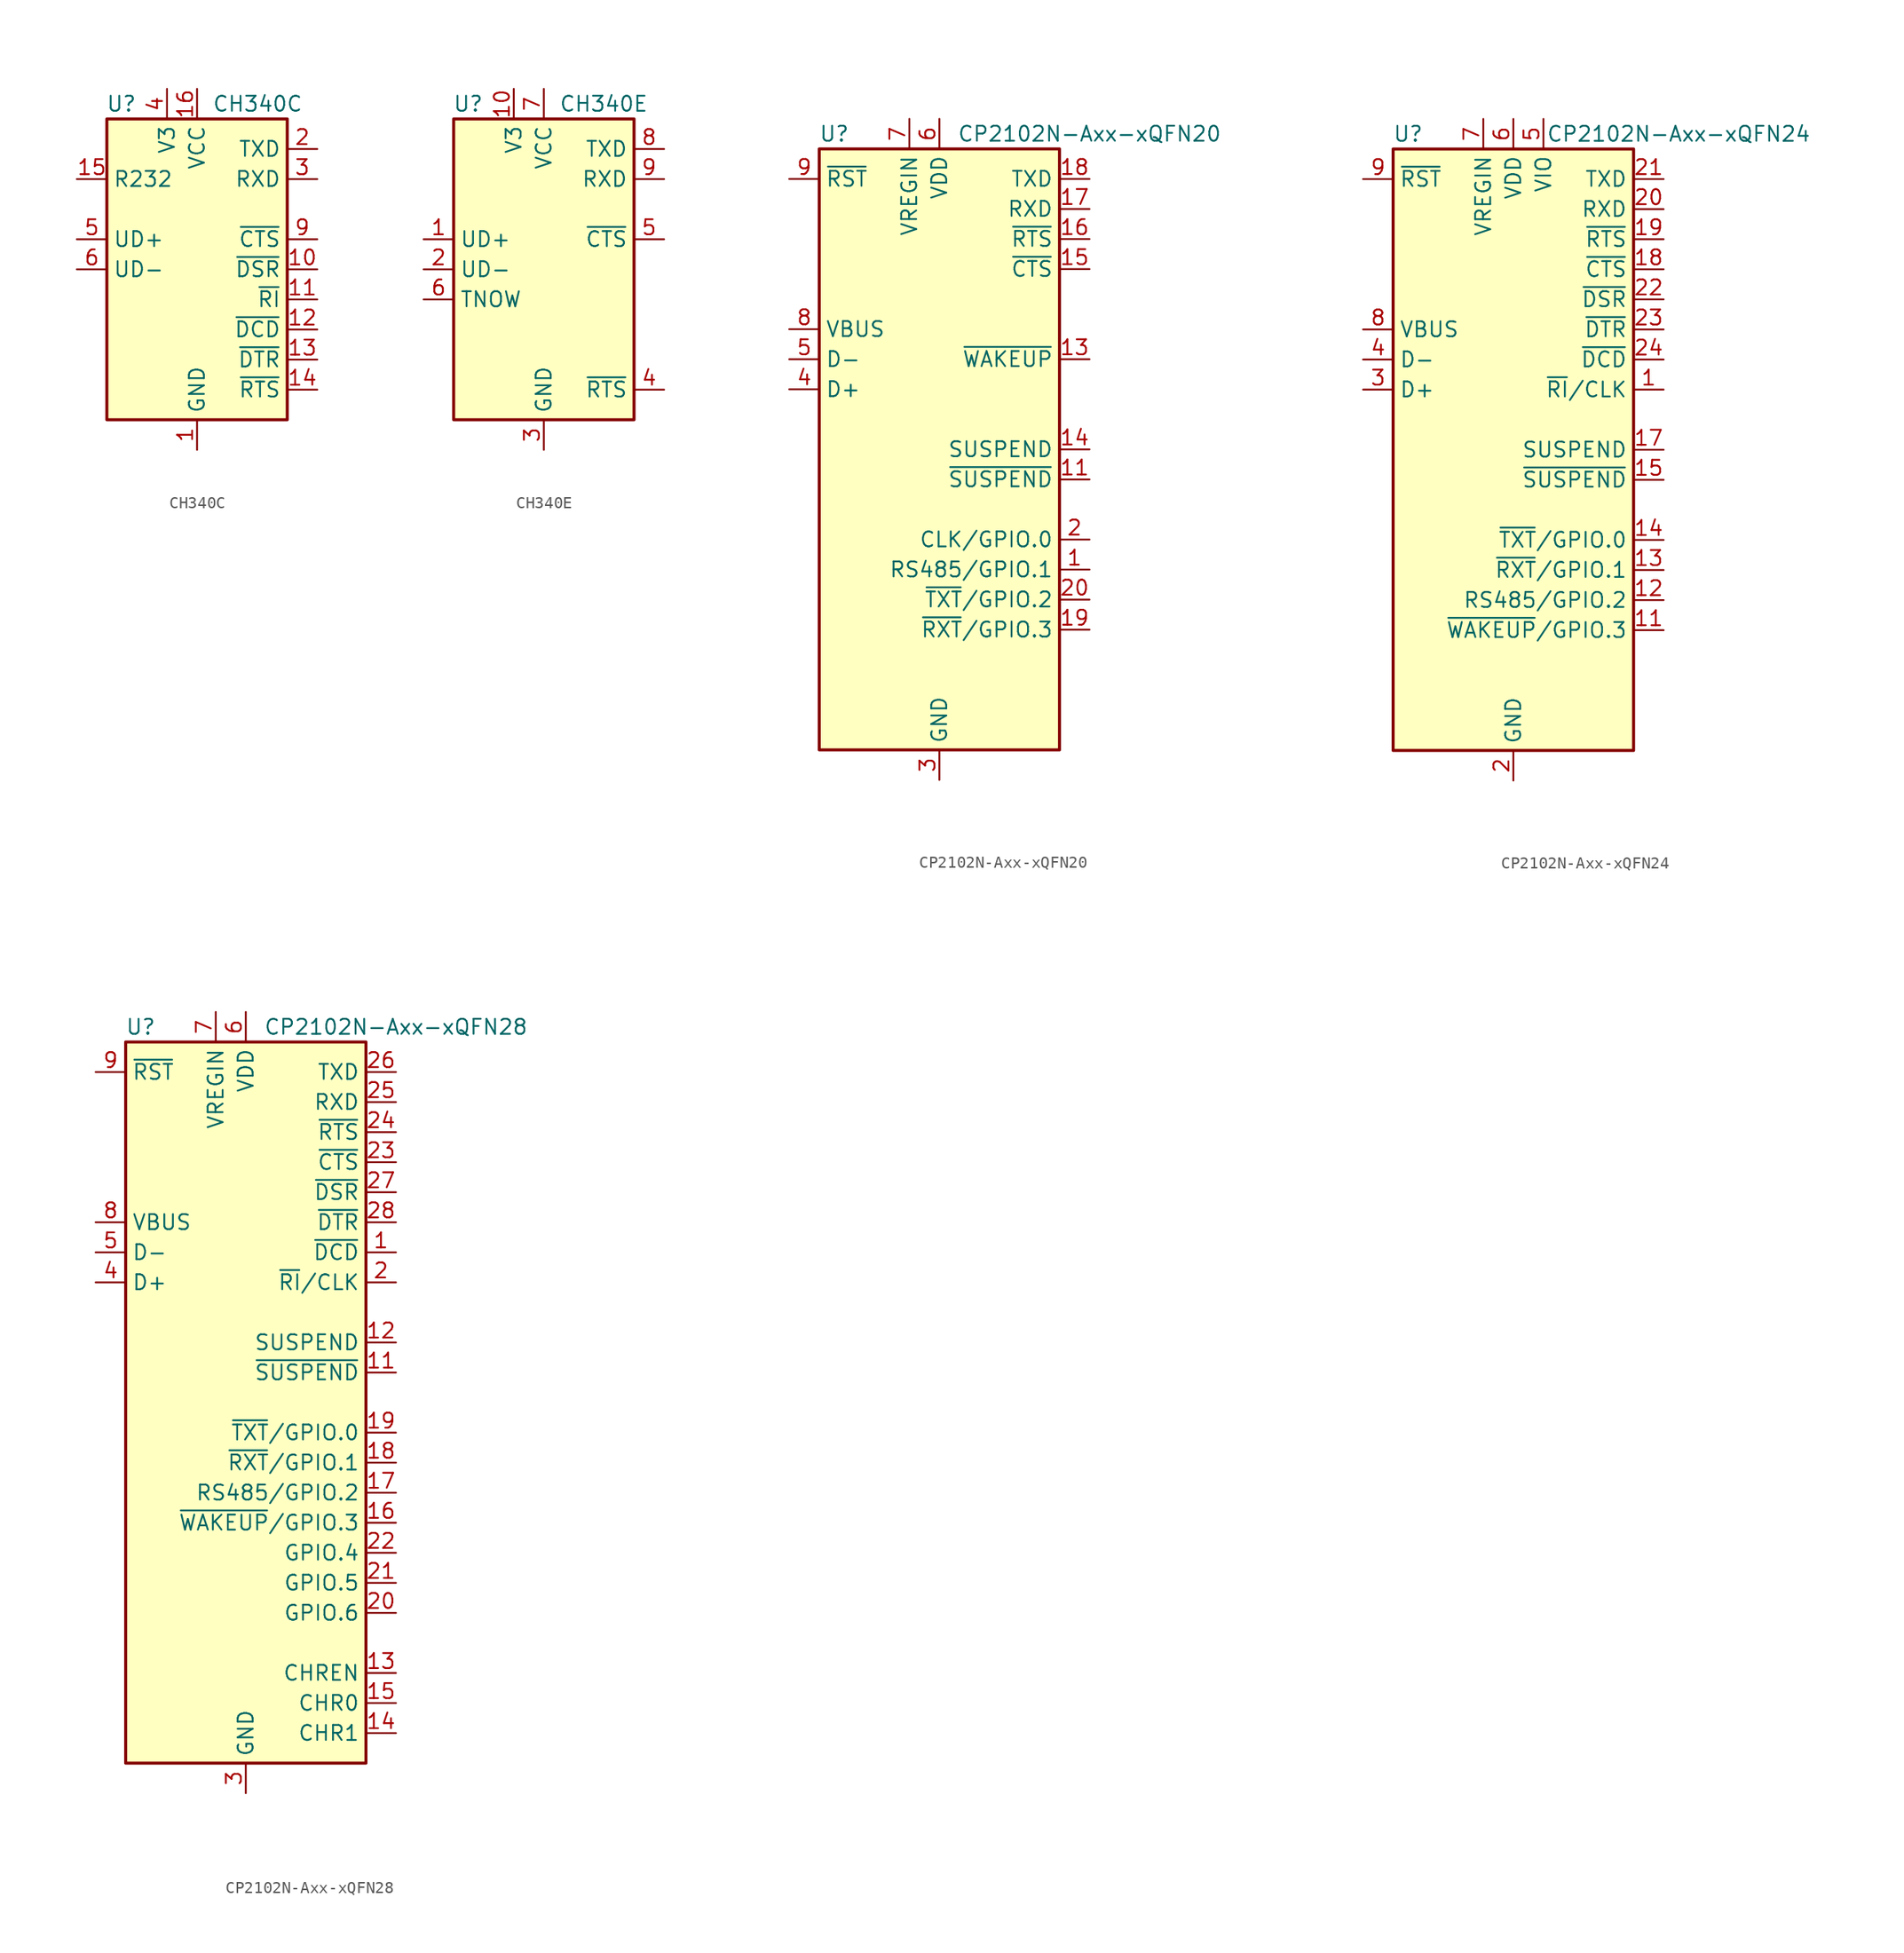
<source format=kicad_sym>
(kicad_symbol_lib
  (version 20201005)
  (generator kicad_symbol_editor)
  (symbol "CH340C"
    (property "Reference" "U"
      (at -5.08 13.97 0)
      (effects (font (size 1.27 1.27)) (justify right)))
    (property "Value" "CH340C"
      (at 1.27 13.97 0)
      (effects (font (size 1.27 1.27)) (justify left)))
    (symbol "CH340C_0_1"
      (rectangle (start -7.62 12.7) (end 7.62 -12.7) (stroke (width 0.254)) (fill (type background))))
    (symbol "CH340C_1_1"
      (pin power_in line (at 0 -15.24 90) (length 2.54) (name "GND" (effects (font (size 1.27 1.27)))) (number "1" (effects (font (size 1.27 1.27)))))
      (pin input line (at 10.16 0 180) (length 2.54) (name "~DSR" (effects (font (size 1.27 1.27)))) (number "10" (effects (font (size 1.27 1.27)))))
      (pin input line (at 10.16 -2.54 180) (length 2.54) (name "~RI" (effects (font (size 1.27 1.27)))) (number "11" (effects (font (size 1.27 1.27)))))
      (pin input line (at 10.16 -5.08 180) (length 2.54) (name "~DCD" (effects (font (size 1.27 1.27)))) (number "12" (effects (font (size 1.27 1.27)))))
      (pin output line (at 10.16 -7.62 180) (length 2.54) (name "~DTR" (effects (font (size 1.27 1.27)))) (number "13" (effects (font (size 1.27 1.27)))))
      (pin output line (at 10.16 -10.16 180) (length 2.54) (name "~RTS" (effects (font (size 1.27 1.27)))) (number "14" (effects (font (size 1.27 1.27)))))
      (pin input line (at -10.16 7.62 0) (length 2.54) (name "R232" (effects (font (size 1.27 1.27)))) (number "15" (effects (font (size 1.27 1.27)))))
      (pin power_in line (at 0 15.24 270) (length 2.54) (name "VCC" (effects (font (size 1.27 1.27)))) (number "16" (effects (font (size 1.27 1.27)))))
      (pin output line (at 10.16 10.16 180) (length 2.54) (name "TXD" (effects (font (size 1.27 1.27)))) (number "2" (effects (font (size 1.27 1.27)))))
      (pin input line (at 10.16 7.62 180) (length 2.54) (name "RXD" (effects (font (size 1.27 1.27)))) (number "3" (effects (font (size 1.27 1.27)))))
      (pin passive line (at -2.54 15.24 270) (length 2.54) (name "V3" (effects (font (size 1.27 1.27)))) (number "4" (effects (font (size 1.27 1.27)))))
      (pin bidirectional line (at -10.16 2.54 0) (length 2.54) (name "UD+" (effects (font (size 1.27 1.27)))) (number "5" (effects (font (size 1.27 1.27)))))
      (pin bidirectional line (at -10.16 0 0) (length 2.54) (name "UD-" (effects (font (size 1.27 1.27)))) (number "6" (effects (font (size 1.27 1.27)))))
      (pin no_connect line (at -7.62 -7.62 0) (length 2.54) hide (name "NC" (effects (font (size 1.27 1.27)))) (number "7" (effects (font (size 1.27 1.27)))))
      (pin no_connect line (at -7.62 -10.16 0) (length 2.54) hide (name "NC" (effects (font (size 1.27 1.27)))) (number "8" (effects (font (size 1.27 1.27)))))
      (pin input line (at 10.16 2.54 180) (length 2.54) (name "~CTS" (effects (font (size 1.27 1.27)))) (number "9" (effects (font (size 1.27 1.27)))))))
  (symbol "CH340E"
    (property "Reference" "U"
      (at -5.08 13.97 0)
      (effects (font (size 1.27 1.27)) (justify right)))
    (property "Value" "CH340E"
      (at 1.27 13.97 0)
      (effects (font (size 1.27 1.27)) (justify left)))
    (symbol "CH340E_0_1"
      (rectangle (start -7.62 12.7) (end 7.62 -12.7) (stroke (width 0.254)) (fill (type background))))
    (symbol "CH340E_1_1"
      (pin bidirectional line (at -10.16 2.54 0) (length 2.54) (name "UD+" (effects (font (size 1.27 1.27)))) (number "1" (effects (font (size 1.27 1.27)))))
      (pin passive line (at -2.54 15.24 270) (length 2.54) (name "V3" (effects (font (size 1.27 1.27)))) (number "10" (effects (font (size 1.27 1.27)))))
      (pin bidirectional line (at -10.16 0 0) (length 2.54) (name "UD-" (effects (font (size 1.27 1.27)))) (number "2" (effects (font (size 1.27 1.27)))))
      (pin power_in line (at 0 -15.24 90) (length 2.54) (name "GND" (effects (font (size 1.27 1.27)))) (number "3" (effects (font (size 1.27 1.27)))))
      (pin output line (at 10.16 -10.16 180) (length 2.54) (name "~RTS" (effects (font (size 1.27 1.27)))) (number "4" (effects (font (size 1.27 1.27)))))
      (pin input line (at 10.16 2.54 180) (length 2.54) (name "~CTS" (effects (font (size 1.27 1.27)))) (number "5" (effects (font (size 1.27 1.27)))))
      (pin output line (at -10.16 -2.54 0) (length 2.54) (name "TNOW" (effects (font (size 1.27 1.27)))) (number "6" (effects (font (size 1.27 1.27)))))
      (pin power_in line (at 0 15.24 270) (length 2.54) (name "VCC" (effects (font (size 1.27 1.27)))) (number "7" (effects (font (size 1.27 1.27)))))
      (pin output line (at 10.16 10.16 180) (length 2.54) (name "TXD" (effects (font (size 1.27 1.27)))) (number "8" (effects (font (size 1.27 1.27)))))
      (pin input line (at 10.16 7.62 180) (length 2.54) (name "RXD" (effects (font (size 1.27 1.27)))) (number "9" (effects (font (size 1.27 1.27)))))))
  (symbol "CP2102N-Axx-xQFN20"
    (property "Reference" "U"
      (at -8.89 26.67 0)
      (effects (font (size 1.27 1.27))))
    (property "Value" "CP2102N-Axx-xQFN20"
      (at 12.7 26.67 0)
      (effects (font (size 1.27 1.27))))
    (symbol "CP2102N-Axx-xQFN20_0_1"
      (rectangle (start -10.16 25.4) (end 10.16 -25.4) (stroke (width 0.254)) (fill (type background))))
    (symbol "CP2102N-Axx-xQFN20_1_1"
      (pin bidirectional line (at 12.7 -10.16 180) (length 2.54) (name "RS485/GPIO.1" (effects (font (size 1.27 1.27)))) (number "1" (effects (font (size 1.27 1.27)))))
      (pin no_connect line (at -10.16 -22.86 0) (length 2.54) hide (name "NC" (effects (font (size 1.27 1.27)))) (number "10" (effects (font (size 1.27 1.27)))))
      (pin output line (at 12.7 -2.54 180) (length 2.54) (name "~SUSPEND" (effects (font (size 1.27 1.27)))) (number "11" (effects (font (size 1.27 1.27)))))
      (pin passive line (at 0 -27.94 90) (length 2.54) hide (name "GND" (effects (font (size 1.27 1.27)))) (number "12" (effects (font (size 1.27 1.27)))))
      (pin input line (at 12.7 7.62 180) (length 2.54) (name "~WAKEUP" (effects (font (size 1.27 1.27)))) (number "13" (effects (font (size 1.27 1.27)))))
      (pin output line (at 12.7 0 180) (length 2.54) (name "SUSPEND" (effects (font (size 1.27 1.27)))) (number "14" (effects (font (size 1.27 1.27)))))
      (pin input line (at 12.7 15.24 180) (length 2.54) (name "~CTS" (effects (font (size 1.27 1.27)))) (number "15" (effects (font (size 1.27 1.27)))))
      (pin output line (at 12.7 17.78 180) (length 2.54) (name "~RTS" (effects (font (size 1.27 1.27)))) (number "16" (effects (font (size 1.27 1.27)))))
      (pin input line (at 12.7 20.32 180) (length 2.54) (name "RXD" (effects (font (size 1.27 1.27)))) (number "17" (effects (font (size 1.27 1.27)))))
      (pin output line (at 12.7 22.86 180) (length 2.54) (name "TXD" (effects (font (size 1.27 1.27)))) (number "18" (effects (font (size 1.27 1.27)))))
      (pin bidirectional line (at 12.7 -15.24 180) (length 2.54) (name "~RXT~/GPIO.3" (effects (font (size 1.27 1.27)))) (number "19" (effects (font (size 1.27 1.27)))))
      (pin bidirectional line (at 12.7 -7.62 180) (length 2.54) (name "CLK/GPIO.0" (effects (font (size 1.27 1.27)))) (number "2" (effects (font (size 1.27 1.27)))))
      (pin bidirectional line (at 12.7 -12.7 180) (length 2.54) (name "~TXT~/GPIO.2" (effects (font (size 1.27 1.27)))) (number "20" (effects (font (size 1.27 1.27)))))
      (pin passive line (at 0 -27.94 90) (length 2.54) hide (name "GND" (effects (font (size 1.27 1.27)))) (number "21" (effects (font (size 1.27 1.27)))))
      (pin power_in line (at 0 -27.94 90) (length 2.54) (name "GND" (effects (font (size 1.27 1.27)))) (number "3" (effects (font (size 1.27 1.27)))))
      (pin bidirectional line (at -12.7 5.08 0) (length 2.54) (name "D+" (effects (font (size 1.27 1.27)))) (number "4" (effects (font (size 1.27 1.27)))))
      (pin bidirectional line (at -12.7 7.62 0) (length 2.54) (name "D-" (effects (font (size 1.27 1.27)))) (number "5" (effects (font (size 1.27 1.27)))))
      (pin power_in line (at 0 27.94 270) (length 2.54) (name "VDD" (effects (font (size 1.27 1.27)))) (number "6" (effects (font (size 1.27 1.27)))))
      (pin power_in line (at -2.54 27.94 270) (length 2.54) (name "VREGIN" (effects (font (size 1.27 1.27)))) (number "7" (effects (font (size 1.27 1.27)))))
      (pin input line (at -12.7 10.16 0) (length 2.54) (name "VBUS" (effects (font (size 1.27 1.27)))) (number "8" (effects (font (size 1.27 1.27)))))
      (pin input line (at -12.7 22.86 0) (length 2.54) (name "~RST" (effects (font (size 1.27 1.27)))) (number "9" (effects (font (size 1.27 1.27)))))))
  (symbol "CP2102N-Axx-xQFN24"
    (property "Reference" "U"
      (at -8.89 26.67 0)
      (effects (font (size 1.27 1.27))))
    (property "Value" "CP2102N-Axx-xQFN24"
      (at 13.97 26.67 0)
      (effects (font (size 1.27 1.27))))
    (symbol "CP2102N-Axx-xQFN24_0_1"
      (rectangle (start -10.16 25.4) (end 10.16 -25.4) (stroke (width 0.254)) (fill (type background))))
    (symbol "CP2102N-Axx-xQFN24_1_1"
      (pin bidirectional line (at 12.7 5.08 180) (length 2.54) (name "~RI~/CLK" (effects (font (size 1.27 1.27)))) (number "1" (effects (font (size 1.27 1.27)))))
      (pin no_connect line (at -10.16 -22.86 0) (length 2.54) hide (name "NC" (effects (font (size 1.27 1.27)))) (number "10" (effects (font (size 1.27 1.27)))))
      (pin bidirectional line (at 12.7 -15.24 180) (length 2.54) (name "~WAKEUP~/GPIO.3" (effects (font (size 1.27 1.27)))) (number "11" (effects (font (size 1.27 1.27)))))
      (pin bidirectional line (at 12.7 -12.7 180) (length 2.54) (name "RS485/GPIO.2" (effects (font (size 1.27 1.27)))) (number "12" (effects (font (size 1.27 1.27)))))
      (pin bidirectional line (at 12.7 -10.16 180) (length 2.54) (name "~RXT~/GPIO.1" (effects (font (size 1.27 1.27)))) (number "13" (effects (font (size 1.27 1.27)))))
      (pin bidirectional line (at 12.7 -7.62 180) (length 2.54) (name "~TXT~/GPIO.0" (effects (font (size 1.27 1.27)))) (number "14" (effects (font (size 1.27 1.27)))))
      (pin output line (at 12.7 -2.54 180) (length 2.54) (name "~SUSPEND" (effects (font (size 1.27 1.27)))) (number "15" (effects (font (size 1.27 1.27)))))
      (pin no_connect line (at 10.16 -22.86 180) (length 2.54) hide (name "NC" (effects (font (size 1.27 1.27)))) (number "16" (effects (font (size 1.27 1.27)))))
      (pin output line (at 12.7 0 180) (length 2.54) (name "SUSPEND" (effects (font (size 1.27 1.27)))) (number "17" (effects (font (size 1.27 1.27)))))
      (pin input line (at 12.7 15.24 180) (length 2.54) (name "~CTS" (effects (font (size 1.27 1.27)))) (number "18" (effects (font (size 1.27 1.27)))))
      (pin output line (at 12.7 17.78 180) (length 2.54) (name "~RTS" (effects (font (size 1.27 1.27)))) (number "19" (effects (font (size 1.27 1.27)))))
      (pin power_in line (at 0 -27.94 90) (length 2.54) (name "GND" (effects (font (size 1.27 1.27)))) (number "2" (effects (font (size 1.27 1.27)))))
      (pin input line (at 12.7 20.32 180) (length 2.54) (name "RXD" (effects (font (size 1.27 1.27)))) (number "20" (effects (font (size 1.27 1.27)))))
      (pin output line (at 12.7 22.86 180) (length 2.54) (name "TXD" (effects (font (size 1.27 1.27)))) (number "21" (effects (font (size 1.27 1.27)))))
      (pin input line (at 12.7 12.7 180) (length 2.54) (name "~DSR" (effects (font (size 1.27 1.27)))) (number "22" (effects (font (size 1.27 1.27)))))
      (pin output line (at 12.7 10.16 180) (length 2.54) (name "~DTR" (effects (font (size 1.27 1.27)))) (number "23" (effects (font (size 1.27 1.27)))))
      (pin input line (at 12.7 7.62 180) (length 2.54) (name "~DCD" (effects (font (size 1.27 1.27)))) (number "24" (effects (font (size 1.27 1.27)))))
      (pin passive line (at 0 -27.94 90) (length 2.54) hide (name "GND" (effects (font (size 1.27 1.27)))) (number "25" (effects (font (size 1.27 1.27)))))
      (pin bidirectional line (at -12.7 5.08 0) (length 2.54) (name "D+" (effects (font (size 1.27 1.27)))) (number "3" (effects (font (size 1.27 1.27)))))
      (pin bidirectional line (at -12.7 7.62 0) (length 2.54) (name "D-" (effects (font (size 1.27 1.27)))) (number "4" (effects (font (size 1.27 1.27)))))
      (pin power_in line (at 2.54 27.94 270) (length 2.54) (name "VIO" (effects (font (size 1.27 1.27)))) (number "5" (effects (font (size 1.27 1.27)))))
      (pin power_in line (at 0 27.94 270) (length 2.54) (name "VDD" (effects (font (size 1.27 1.27)))) (number "6" (effects (font (size 1.27 1.27)))))
      (pin power_in line (at -2.54 27.94 270) (length 2.54) (name "VREGIN" (effects (font (size 1.27 1.27)))) (number "7" (effects (font (size 1.27 1.27)))))
      (pin input line (at -12.7 10.16 0) (length 2.54) (name "VBUS" (effects (font (size 1.27 1.27)))) (number "8" (effects (font (size 1.27 1.27)))))
      (pin input line (at -12.7 22.86 0) (length 2.54) (name "~RST" (effects (font (size 1.27 1.27)))) (number "9" (effects (font (size 1.27 1.27)))))))
  (symbol "CP2102N-Axx-xQFN28"
    (property "Reference" "U"
      (at -8.89 31.75 0)
      (effects (font (size 1.27 1.27))))
    (property "Value" "CP2102N-Axx-xQFN28"
      (at 12.7 31.75 0)
      (effects (font (size 1.27 1.27))))
    (symbol "CP2102N-Axx-xQFN28_0_1"
      (rectangle (start -10.16 30.48) (end 10.16 -30.48) (stroke (width 0.254)) (fill (type background))))
    (symbol "CP2102N-Axx-xQFN28_1_1"
      (pin input line (at 12.7 12.7 180) (length 2.54) (name "~DCD" (effects (font (size 1.27 1.27)))) (number "1" (effects (font (size 1.27 1.27)))))
      (pin no_connect line (at -10.16 -27.94 0) (length 2.54) hide (name "NC" (effects (font (size 1.27 1.27)))) (number "10" (effects (font (size 1.27 1.27)))))
      (pin output line (at 12.7 2.54 180) (length 2.54) (name "~SUSPEND" (effects (font (size 1.27 1.27)))) (number "11" (effects (font (size 1.27 1.27)))))
      (pin output line (at 12.7 5.08 180) (length 2.54) (name "SUSPEND" (effects (font (size 1.27 1.27)))) (number "12" (effects (font (size 1.27 1.27)))))
      (pin output line (at 12.7 -22.86 180) (length 2.54) (name "CHREN" (effects (font (size 1.27 1.27)))) (number "13" (effects (font (size 1.27 1.27)))))
      (pin output line (at 12.7 -27.94 180) (length 2.54) (name "CHR1" (effects (font (size 1.27 1.27)))) (number "14" (effects (font (size 1.27 1.27)))))
      (pin output line (at 12.7 -25.4 180) (length 2.54) (name "CHR0" (effects (font (size 1.27 1.27)))) (number "15" (effects (font (size 1.27 1.27)))))
      (pin bidirectional line (at 12.7 -10.16 180) (length 2.54) (name "~WAKEUP~/GPIO.3" (effects (font (size 1.27 1.27)))) (number "16" (effects (font (size 1.27 1.27)))))
      (pin bidirectional line (at 12.7 -7.62 180) (length 2.54) (name "RS485/GPIO.2" (effects (font (size 1.27 1.27)))) (number "17" (effects (font (size 1.27 1.27)))))
      (pin bidirectional line (at 12.7 -5.08 180) (length 2.54) (name "~RXT~/GPIO.1" (effects (font (size 1.27 1.27)))) (number "18" (effects (font (size 1.27 1.27)))))
      (pin bidirectional line (at 12.7 -2.54 180) (length 2.54) (name "~TXT~/GPIO.0" (effects (font (size 1.27 1.27)))) (number "19" (effects (font (size 1.27 1.27)))))
      (pin bidirectional line (at 12.7 10.16 180) (length 2.54) (name "~RI~/CLK" (effects (font (size 1.27 1.27)))) (number "2" (effects (font (size 1.27 1.27)))))
      (pin bidirectional line (at 12.7 -17.78 180) (length 2.54) (name "GPIO.6" (effects (font (size 1.27 1.27)))) (number "20" (effects (font (size 1.27 1.27)))))
      (pin bidirectional line (at 12.7 -15.24 180) (length 2.54) (name "GPIO.5" (effects (font (size 1.27 1.27)))) (number "21" (effects (font (size 1.27 1.27)))))
      (pin bidirectional line (at 12.7 -12.7 180) (length 2.54) (name "GPIO.4" (effects (font (size 1.27 1.27)))) (number "22" (effects (font (size 1.27 1.27)))))
      (pin input line (at 12.7 20.32 180) (length 2.54) (name "~CTS" (effects (font (size 1.27 1.27)))) (number "23" (effects (font (size 1.27 1.27)))))
      (pin output line (at 12.7 22.86 180) (length 2.54) (name "~RTS" (effects (font (size 1.27 1.27)))) (number "24" (effects (font (size 1.27 1.27)))))
      (pin input line (at 12.7 25.4 180) (length 2.54) (name "RXD" (effects (font (size 1.27 1.27)))) (number "25" (effects (font (size 1.27 1.27)))))
      (pin output line (at 12.7 27.94 180) (length 2.54) (name "TXD" (effects (font (size 1.27 1.27)))) (number "26" (effects (font (size 1.27 1.27)))))
      (pin input line (at 12.7 17.78 180) (length 2.54) (name "~DSR" (effects (font (size 1.27 1.27)))) (number "27" (effects (font (size 1.27 1.27)))))
      (pin output line (at 12.7 15.24 180) (length 2.54) (name "~DTR" (effects (font (size 1.27 1.27)))) (number "28" (effects (font (size 1.27 1.27)))))
      (pin passive line (at 0 -33.02 90) (length 2.54) hide (name "GND" (effects (font (size 1.27 1.27)))) (number "29" (effects (font (size 1.27 1.27)))))
      (pin power_in line (at 0 -33.02 90) (length 2.54) (name "GND" (effects (font (size 1.27 1.27)))) (number "3" (effects (font (size 1.27 1.27)))))
      (pin bidirectional line (at -12.7 10.16 0) (length 2.54) (name "D+" (effects (font (size 1.27 1.27)))) (number "4" (effects (font (size 1.27 1.27)))))
      (pin bidirectional line (at -12.7 12.7 0) (length 2.54) (name "D-" (effects (font (size 1.27 1.27)))) (number "5" (effects (font (size 1.27 1.27)))))
      (pin power_in line (at 0 33.02 270) (length 2.54) (name "VDD" (effects (font (size 1.27 1.27)))) (number "6" (effects (font (size 1.27 1.27)))))
      (pin power_in line (at -2.54 33.02 270) (length 2.54) (name "VREGIN" (effects (font (size 1.27 1.27)))) (number "7" (effects (font (size 1.27 1.27)))))
      (pin input line (at -12.7 15.24 0) (length 2.54) (name "VBUS" (effects (font (size 1.27 1.27)))) (number "8" (effects (font (size 1.27 1.27)))))
      (pin input line (at -12.7 27.94 0) (length 2.54) (name "~RST" (effects (font (size 1.27 1.27)))) (number "9" (effects (font (size 1.27 1.27))))))))
</source>
